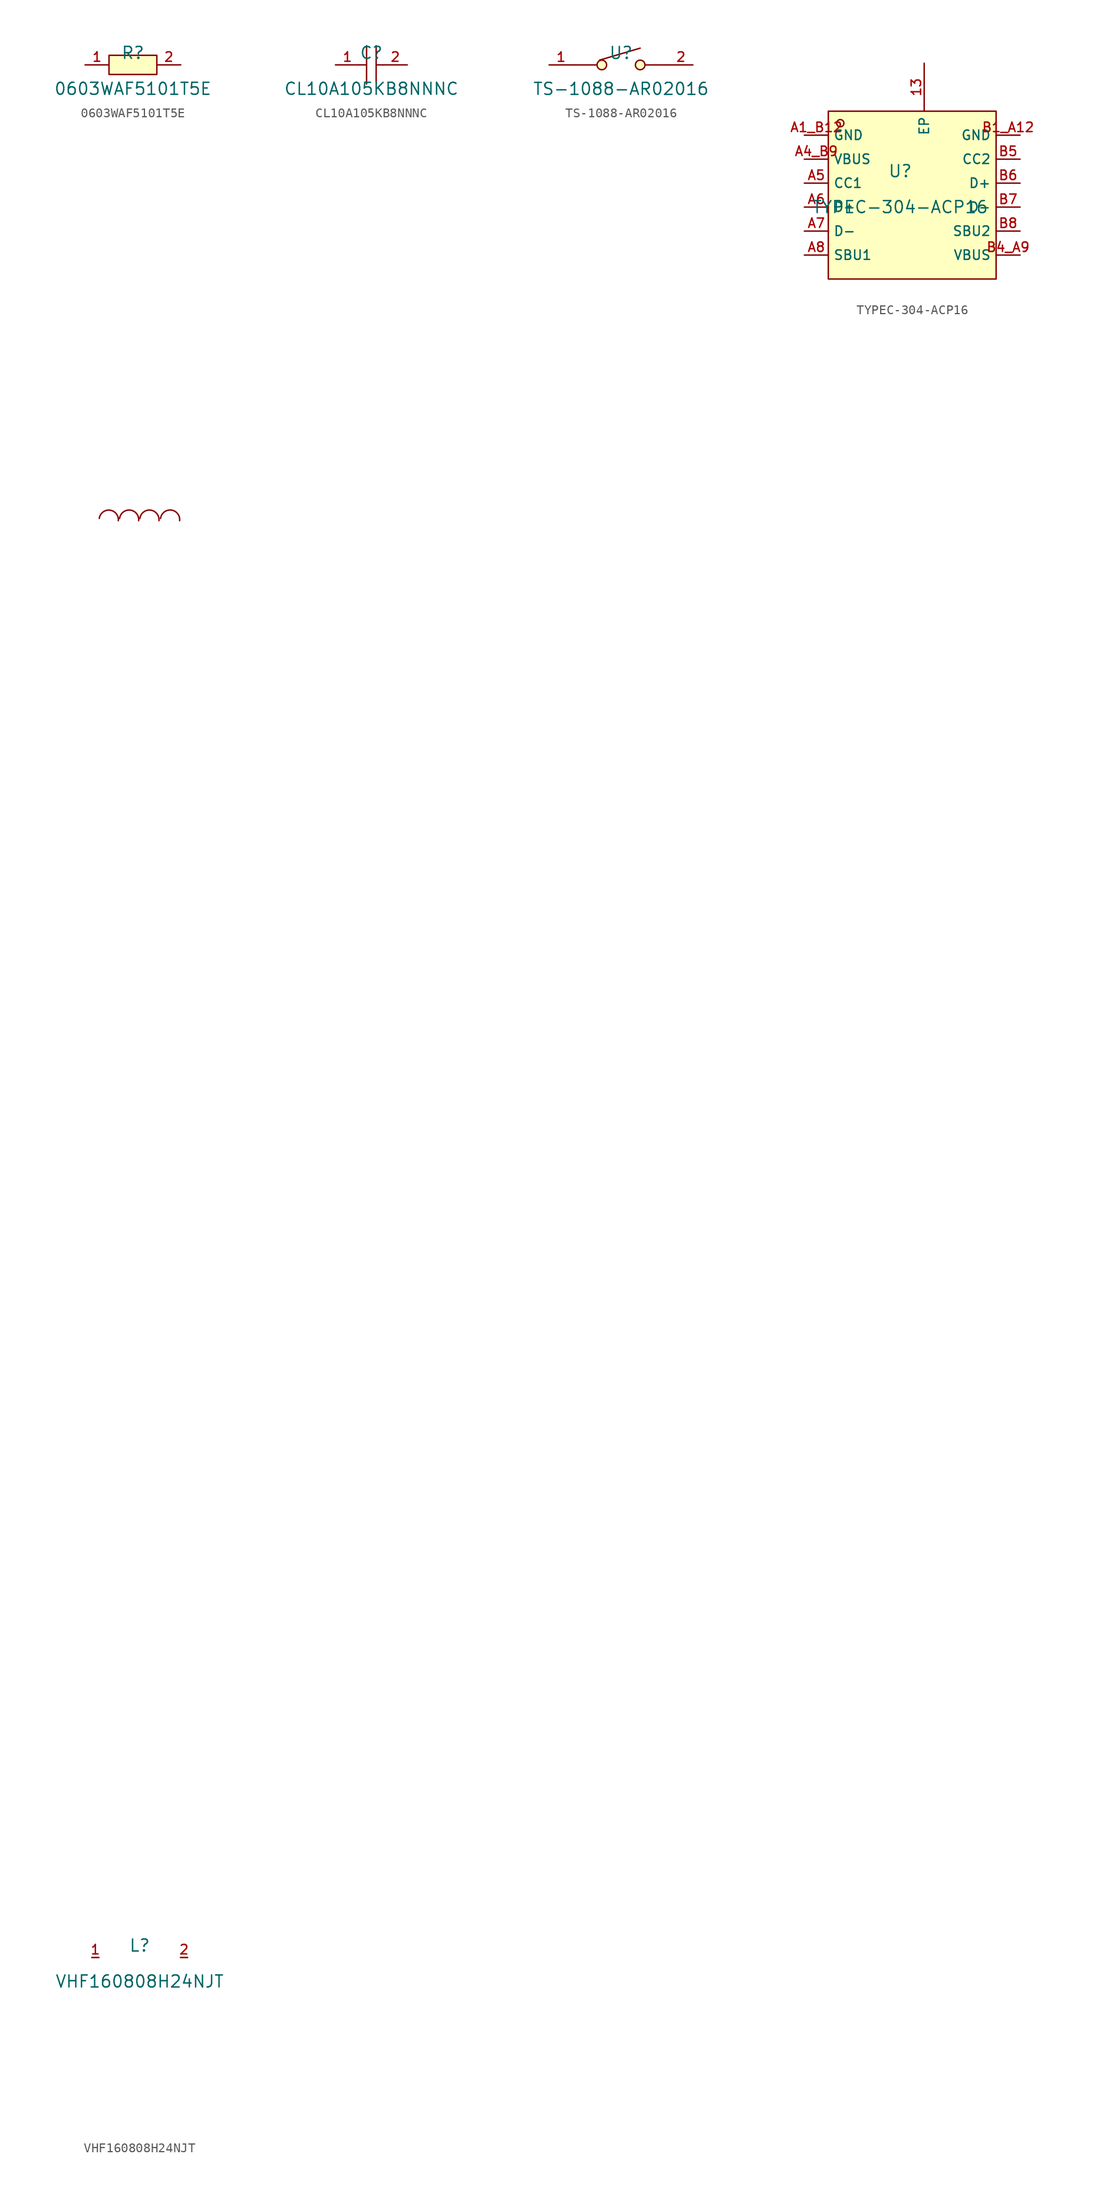
<source format=kicad_sym>
(kicad_symbol_lib
  (version 20210201)
  (generator TousstNicolas/JLC2KiCad_lib)
  (symbol "0603WAF5101T5E"
    (pin_names hide)
    (property "Reference" "R"
      (at 0 1.27 0)
      (effects (font (size 1.27 1.27))))
    (property "Value" "0603WAF5101T5E"
      (at 0 -2.54 0)
      (effects (font (size 1.27 1.27))))
    (symbol "0603WAF5101T5E_0_1"
      (pin input line (at 5.08 -0.0 180) (length 2.54) (name "2" (effects (font (size 1 1)))) (number "2" (effects (font (size 1 1)))))
      (pin input line (at -5.08 -0.0 0) (length 2.54) (name "1" (effects (font (size 1 1)))) (number "1" (effects (font (size 1 1)))))
      (rectangle (start -2.54 1.016) (end 2.54 -1.016) (stroke (width 0) (type default) (color 0 0 0 0)) (fill (type background)))))
  (symbol "CL10A105KB8NNNC"
    (pin_names hide)
    (property "Reference" "C"
      (at 0 1.27 0)
      (effects (font (size 1.27 1.27))))
    (property "Value" "CL10A105KB8NNNC"
      (at 0 -2.54 0)
      (effects (font (size 1.27 1.27))))
    (symbol "CL10A105KB8NNNC_0_1"
      (polyline (pts (xy -0.508 2.032) (xy -0.508 -2.032)) (stroke (width 0) (type default) (color 0 0 0 0)) (fill (type none)))
      (polyline (pts (xy 0.508 2.032) (xy 0.508 -2.032)) (stroke (width 0) (type default) (color 0 0 0 0)) (fill (type none)))
      (pin input line (at -3.81 -0.0 0) (length 2.54) (name "1" (effects (font (size 1 1)))) (number "1" (effects (font (size 1 1)))))
      (pin input line (at 3.81 -0.0 180) (length 2.54) (name "2" (effects (font (size 1 1)))) (number "2" (effects (font (size 1 1)))))
      (polyline (pts (xy -1.27 -0.0) (xy -0.508 -0.0)) (stroke (width 0) (type default) (color 0 0 0 0)) (fill (type none)))
      (polyline (pts (xy 0.508 -0.0) (xy 1.27 -0.0)) (stroke (width 0) (type default) (color 0 0 0 0)) (fill (type none)))))
  (symbol "TS-1088-AR02016"
    (pin_names hide)
    (property "Reference" "U"
      (at 0 1.27 0)
      (effects (font (size 1.27 1.27))))
    (property "Value" "TS-1088-AR02016"
      (at 0 -2.54 0)
      (effects (font (size 1.27 1.27))))
    (symbol "TS-1088-AR02016_0_1"
      (pin unspecified line (at 7.62 -0.0 180) (length 2.54) (name "2" (effects (font (size 1 1)))) (number "2" (effects (font (size 1 1)))))
      (pin unspecified line (at -7.62 -0.0 0) (length 2.54) (name "1" (effects (font (size 1 1)))) (number "1" (effects (font (size 1 1)))))
      (polyline (pts (xy -2.286 0.508) (xy 2.032 1.778)) (stroke (width 0) (type default) (color 0 0 0 0)) (fill (type none)))
      (circle (center 2.032 -0.0) (radius 0.508) (stroke (width 0) (type default) (color 0 0 0 0)) (fill (type background)))
      (circle (center -2.032 -0.0) (radius 0.508) (stroke (width 0) (type default) (color 0 0 0 0)) (fill (type background)))
      (polyline (pts (xy 5.08 -0.0) (xy 2.54 -0.0)) (stroke (width 0) (type default) (color 0 0 0 0)) (fill (type none)))
      (polyline (pts (xy -5.08 -0.0) (xy -2.54 -0.0)) (stroke (width 0) (type default) (color 0 0 0 0)) (fill (type none)))))
  (symbol "TYPEC-304-ACP16"
    (property "Reference" "U"
      (at 0 1.27 0)
      (effects (font (size 1.27 1.27))))
    (property "Value" "TYPEC-304-ACP16"
      (at 0 -2.54 0)
      (effects (font (size 1.27 1.27))))
    (symbol "TYPEC-304-ACP16_0_1"
      (rectangle (start -7.62 7.62) (end 10.16 -10.16) (stroke (width 0) (type default) (color 0 0 0 0)) (fill (type background)))
      (circle (center -6.35 6.35) (radius 0.381) (stroke (width 0) (type default) (color 0 0 0 0)) (fill (type background)))
      (pin unspecified line (at -10.16 5.08 0) (length 2.54) (name "GND" (effects (font (size 1 1)))) (number "A1 B12" (effects (font (size 1 1)))))
      (pin unspecified line (at -10.16 2.54 0) (length 2.54) (name "VBUS" (effects (font (size 1 1)))) (number "A4 B9" (effects (font (size 1 1)))))
      (pin unspecified line (at -10.16 -0.0 0) (length 2.54) (name "CC1" (effects (font (size 1 1)))) (number "A5" (effects (font (size 1 1)))))
      (pin unspecified line (at -10.16 -2.54 0) (length 2.54) (name "D+" (effects (font (size 1 1)))) (number "A6" (effects (font (size 1 1)))))
      (pin unspecified line (at -10.16 -5.08 0) (length 2.54) (name "D-" (effects (font (size 1 1)))) (number "A7" (effects (font (size 1 1)))))
      (pin unspecified line (at -10.16 -7.62 0) (length 2.54) (name "SBU1" (effects (font (size 1 1)))) (number "A8" (effects (font (size 1 1)))))
      (pin unspecified line (at 12.7 -7.62 180) (length 2.54) (name "VBUS" (effects (font (size 1 1)))) (number "B4 A9" (effects (font (size 1 1)))))
      (pin unspecified line (at 12.7 -5.08 180) (length 2.54) (name "SBU2" (effects (font (size 1 1)))) (number "B8" (effects (font (size 1 1)))))
      (pin unspecified line (at 12.7 -2.54 180) (length 2.54) (name "D-" (effects (font (size 1 1)))) (number "B7" (effects (font (size 1 1)))))
      (pin unspecified line (at 12.7 -0.0 180) (length 2.54) (name "D+" (effects (font (size 1 1)))) (number "B6" (effects (font (size 1 1)))))
      (pin unspecified line (at 12.7 2.54 180) (length 2.54) (name "CC2" (effects (font (size 1 1)))) (number "B5" (effects (font (size 1 1)))))
      (pin unspecified line (at 12.7 5.08 180) (length 2.54) (name "GND" (effects (font (size 1 1)))) (number "B1 A12" (effects (font (size 1 1)))))
      (pin unspecified line (at 2.54 12.7 270) (length 5.08) (name "EP" (effects (font (size 1 1)))) (number "13" (effects (font (size 1 1)))))))
  (symbol "VHF160808H24NJT"
    (pin_names hide)
    (property "Reference" "L"
      (at 0 1.27 0)
      (effects (font (size 1.27 1.27))))
    (property "Value" "VHF160808H24NJT"
      (at 0 -2.54 0)
      (effects (font (size 1.27 1.27))))
    (symbol "VHF160808H24NJT_0_1"
      (pin unspecified line (at 5.08 -0.0 180) (length 0.762) (name "2" (effects (font (size 1 1)))) (number "2" (effects (font (size 1 1)))))
      (pin unspecified line (at -5.08 -0.0 0) (length 0.762) (name "1" (effects (font (size 1 1)))) (number "1" (effects (font (size 1 1)))))
      (arc (start -2.2675798317689098 152.26577474375057) (mid -3.1589675383294846 153.39269454626879) (end -4.285887329344515 152.50130682516553) (stroke (width 0) (type default) (color 0 0 0 0)) (fill (type none)))
      (arc (start -0.11289020511819081 152.26516817215807) (mid -1.0043096562459306 153.39206286199257) (end -2.131204336687783 152.50064339899106) (stroke (width 0) (type default) (color 0 0 0 0)) (fill (type none)))
      (arc (start 2.037732096126408 152.26516817215807) (mid 1.146312644998668 153.39206286199257) (end 0.019417964556815614 152.50064339899106) (stroke (width 0) (type default) (color 0 0 0 0)) (fill (type none)))
      (arc (start 4.230518481699189 152.26567617317409) (mid 3.339099030571449 153.3925708630086) (end 2.2122043501295967 152.50115140000707) (stroke (width 0) (type default) (color 0 0 0 0)) (fill (type none))))))
</source>
